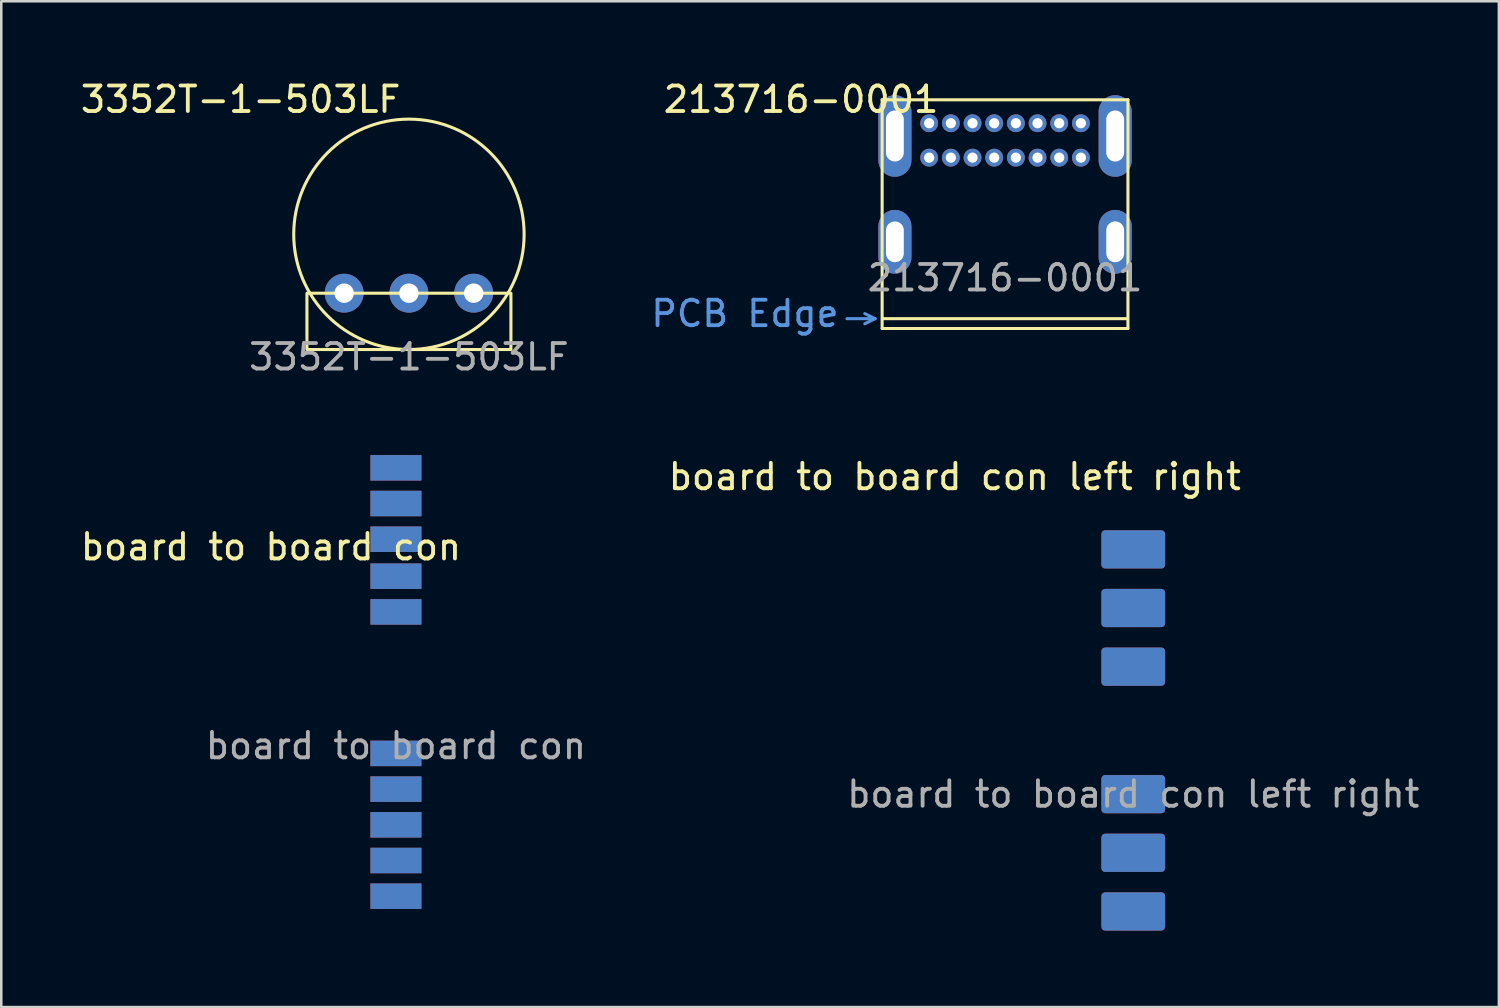
<source format=kicad_pcb>
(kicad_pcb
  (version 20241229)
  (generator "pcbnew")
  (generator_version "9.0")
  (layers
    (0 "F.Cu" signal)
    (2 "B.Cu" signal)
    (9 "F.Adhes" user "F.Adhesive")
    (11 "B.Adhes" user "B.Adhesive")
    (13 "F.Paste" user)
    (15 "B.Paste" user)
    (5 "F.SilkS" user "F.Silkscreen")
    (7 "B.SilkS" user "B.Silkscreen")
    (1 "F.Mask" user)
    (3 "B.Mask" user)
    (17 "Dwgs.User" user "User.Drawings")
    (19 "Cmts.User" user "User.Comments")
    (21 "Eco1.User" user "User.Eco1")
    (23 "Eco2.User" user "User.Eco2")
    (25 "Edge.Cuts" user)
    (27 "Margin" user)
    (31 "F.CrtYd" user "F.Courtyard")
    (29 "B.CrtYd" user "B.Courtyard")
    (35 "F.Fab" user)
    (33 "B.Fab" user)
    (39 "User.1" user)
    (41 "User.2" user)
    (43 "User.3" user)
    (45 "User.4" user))
  (footprint "213716-0001"
    (layer "F.Cu")
    (at 36.365 5.348)
    (property "Reference" "213716-0001" (at -8 -4.5 0) (unlocked yes) (layer "F.SilkS") (effects (font (size 1 1) (thickness 0.15))))
    (attr through_hole)
    (fp_line (start -4.82 -4.485) (end 4.82 -4.485) (stroke (width 0.12) (type solid)) (layer "F.SilkS"))
    (fp_line (start -4.82 4.485) (end -4.82 -4.485) (stroke (width 0.12) (type solid)) (layer "F.SilkS"))
    (fp_line (start -4.8 4.1) (end 4.8 4.1) (stroke (width 0.12) (type solid)) (layer "F.SilkS"))
    (fp_line (start 4.82 -4.485) (end 4.82 4.485) (stroke (width 0.12) (type solid)) (layer "F.SilkS"))
    (fp_line (start 4.82 4.485) (end -4.82 4.485) (stroke (width 0.12) (type solid)) (layer "F.SilkS"))
    (fp_line (start -6.2 4.1) (end -5.1 4.1) (stroke (width 0.12) (type solid)) (layer "Cmts.User"))
    (fp_line (start -5.5 4.3) (end -5.1 4.1) (stroke (width 0.12) (type solid)) (layer "Cmts.User"))
    (fp_line (start -5.1 4.1) (end -5.5 3.9) (stroke (width 0.12) (type solid)) (layer "Cmts.User"))
    (fp_text user "PCB Edge" (at -10.2 3.9 0) (unlocked yes) (layer "Cmts.User") (effects (font (size 1 1) (thickness 0.15))))
    (fp_text user "${REFERENCE}" (at 0 2.5 0) (unlocked yes) (layer "F.Fab") (effects (font (size 1 1) (thickness 0.15))))
    (pad "A1" thru_hole circle (at -2.975 -3.565) (size 0.7 0.7) (drill 0.4) (layers "*.Cu" "*.Mask"))
    (pad "A4" thru_hole circle (at -2.125 -3.565) (size 0.7 0.7) (drill 0.4) (layers "*.Cu" "*.Mask"))
    (pad "A5" thru_hole circle (at -1.275 -3.565) (size 0.7 0.7) (drill 0.4) (layers "*.Cu" "*.Mask"))
    (pad "A6" thru_hole circle (at -0.425 -3.565) (size 0.7 0.7) (drill 0.4) (layers "*.Cu" "*.Mask"))
    (pad "A7" thru_hole circle (at 0.425 -3.565) (size 0.7 0.7) (drill 0.4) (layers "*.Cu" "*.Mask"))
    (pad "A8" thru_hole circle (at 1.275 -3.565) (size 0.7 0.7) (drill 0.4) (layers "*.Cu" "*.Mask"))
    (pad "A9" thru_hole circle (at 2.125 -3.565) (size 0.7 0.7) (drill 0.4) (layers "*.Cu" "*.Mask"))
    (pad "A12" thru_hole circle (at 2.975 -3.565) (size 0.7 0.7) (drill 0.4) (layers "*.Cu" "*.Mask"))
    (pad "B1" thru_hole circle (at 2.975 -2.215) (size 0.7 0.7) (drill 0.4) (layers "*.Cu" "*.Mask"))
    (pad "B4" thru_hole circle (at 2.125 -2.215) (size 0.7 0.7) (drill 0.4) (layers "*.Cu" "*.Mask"))
    (pad "B5" thru_hole circle (at 1.275 -2.215) (size 0.7 0.7) (drill 0.4) (layers "*.Cu" "*.Mask"))
    (pad "B6" thru_hole circle (at 0.425 -2.215) (size 0.7 0.7) (drill 0.4) (layers "*.Cu" "*.Mask"))
    (pad "B7" thru_hole circle (at -0.425 -2.215) (size 0.7 0.7) (drill 0.4) (layers "*.Cu" "*.Mask"))
    (pad "B8" thru_hole circle (at -1.275 -2.215) (size 0.7 0.7) (drill 0.4) (layers "*.Cu" "*.Mask"))
    (pad "B9" thru_hole circle (at -2.125 -2.215) (size 0.7 0.7) (drill 0.4) (layers "*.Cu" "*.Mask"))
    (pad "B12" thru_hole circle (at -2.975 -2.215) (size 0.7 0.7) (drill 0.4) (layers "*.Cu" "*.Mask"))
    (pad "S1" thru_hole oval (at -4.32 -3.065) (size 1.3 3.2) (drill oval 0.7 2) (layers "*.Cu" "*.Mask"))
    (pad "S1" thru_hole oval (at -4.32 1.085) (size 1.3 2.5) (drill oval 0.7 1.6) (layers "*.Cu" "*.Mask"))
    (pad "S1" thru_hole oval (at 4.32 -3.065) (size 1.3 3.2) (drill oval 0.7 2) (layers "*.Cu" "*.Mask"))
    (pad "S1" thru_hole oval (at 4.32 1.085) (size 1.3 2.5) (drill oval 0.7 1.6) (layers "*.Cu" "*.Mask")))
  (footprint "3352T-1-503LF"
    (layer "F.Cu")
    (at 12.987 8.448)
    (property "Reference" "3352T-1-503LF" (at -6.6 -7.6 0) (unlocked yes) (layer "F.SilkS") (effects (font (size 1 1) (thickness 0.15))))
    (attr through_hole)
    (fp_rect (start -4 0) (end 4 2.21) (stroke (width 0.12) (type solid)) (fill no) (layer "F.SilkS"))
    (fp_circle (center 0 -2.308) (end 4 -0.208) (stroke (width 0.12) (type solid)) (fill no) (layer "F.SilkS"))
    (fp_text user "${REFERENCE}" (at 0 2.5 0) (unlocked yes) (layer "F.Fab") (effects (font (size 1 1) (thickness 0.15))))
    (pad "1" thru_hole circle (at -2.54 0) (size 1.524 1.524) (drill 0.762) (layers "*.Cu" "*.Mask"))
    (pad "1" thru_hole circle (at 0 0) (size 1.524 1.524) (drill 0.762) (layers "*.Cu" "*.Mask"))
    (pad "3" thru_hole circle (at 2.54 0) (size 1.524 1.524) (drill 0.762) (layers "*.Cu" "*.Mask")))
  (footprint "board to board con left right"
    (layer "F.Cu")
    (at 41.394 25.595)
    (property "Reference" "board to board con left right" (at -7 -9.95 0) (unlocked yes) (layer "F.SilkS") (effects (font (size 1 1) (thickness 0.15))))
    (attr smd)
    (fp_text user "${REFERENCE}" (at 0 2.5 0) (unlocked yes) (layer "F.Fab") (effects (font (size 1 1) (thickness 0.15))))
    (pad "1" smd roundrect (at 0 -7.1 270) (size 1.5 2.5) (layers "B.Cu" "B.Mask" "B.Paste") (roundrect_rratio 0.1))
    (pad "2" smd roundrect (at 0 -4.8 270) (size 1.5 2.5) (layers "B.Cu" "B.Mask" "B.Paste") (roundrect_rratio 0.1))
    (pad "3" smd roundrect (at 0 -7.1 90) (size 1.5 2.5) (layers "F.Cu" "F.Mask" "F.Paste") (roundrect_rratio 0.1))
    (pad "4" smd roundrect (at 0 -4.8 90) (size 1.5 2.5) (layers "F.Cu" "F.Mask" "F.Paste") (roundrect_rratio 0.1))
    (pad "5" smd roundrect (at 0 -2.5 90) (size 1.5 2.5) (layers "F.Cu" "F.Mask" "F.Paste") (roundrect_rratio 0.1))
    (pad "6" smd roundrect (at 0 2.5 90) (size 1.5 2.5) (layers "F.Cu" "F.Mask" "F.Paste") (roundrect_rratio 0.1))
    (pad "7" smd roundrect (at 0 4.8 90) (size 1.5 2.5) (layers "F.Cu" "F.Mask" "F.Paste") (roundrect_rratio 0.1))
    (pad "8" smd roundrect (at 0 7.1 90) (size 1.5 2.5) (layers "F.Cu" "F.Mask" "F.Paste") (roundrect_rratio 0.1))
    (pad "9" smd roundrect (at 0 -2.5 270) (size 1.5 2.5) (layers "B.Cu" "B.Mask" "B.Paste") (roundrect_rratio 0.1))
    (pad "10" smd roundrect (at 0 2.5 270) (size 1.5 2.5) (layers "B.Cu" "B.Mask" "B.Paste") (roundrect_rratio 0.1))
    (pad "11" smd roundrect (at 0 4.8 270) (size 1.5 2.5) (layers "B.Cu" "B.Mask" "B.Paste") (roundrect_rratio 0.1))
    (pad "12" smd roundrect (at 0 7.1 270) (size 1.5 2.5) (layers "B.Cu" "B.Mask" "B.Paste") (roundrect_rratio 0.1)))
  (footprint "board to board con"
    (layer "F.Cu")
    (at 12.477 23.697)
    (property "Reference" "board to board con" (at -4.9 -5.3 0) (unlocked yes) (layer "F.SilkS") (effects (font (size 1 1) (thickness 0.15))))
    (attr through_hole)
    (fp_text user "${REFERENCE}" (at 0 2.5 0) (unlocked yes) (layer "F.Fab") (effects (font (size 1 1) (thickness 0.15))))
    (pad "1" smd rect (at 0 -8.4) (size 2 1) (layers "F.Cu" "F.Mask" "F.Paste"))
    (pad "1" smd rect (at 0 -8.4) (size 2 1) (layers "B.Cu" "B.Mask" "B.Paste"))
    (pad "2" smd rect (at 0 -7) (size 2 1) (layers "F.Cu" "F.Mask" "F.Paste"))
    (pad "2" smd rect (at 0 -7) (size 2 1) (layers "B.Cu" "B.Mask" "B.Paste"))
    (pad "3" smd rect (at 0 -5.6) (size 2 1) (layers "F.Cu" "F.Mask" "F.Paste"))
    (pad "3" smd rect (at 0 -5.6) (size 2 1) (layers "B.Cu" "B.Mask" "B.Paste"))
    (pad "4" smd rect (at 0 -4.15) (size 2 1) (layers "F.Cu" "F.Mask" "F.Paste"))
    (pad "4" smd rect (at 0 -4.15) (size 2 1) (layers "B.Cu" "B.Mask" "B.Paste"))
    (pad "5" smd rect (at 0 -2.75) (size 2 1) (layers "F.Cu" "F.Mask" "F.Paste"))
    (pad "5" smd rect (at 0 -2.75) (size 2 1) (layers "B.Cu" "B.Mask" "B.Paste"))
    (pad "6" smd rect (at 0 2.8) (size 2 1) (layers "F.Cu" "F.Mask" "F.Paste"))
    (pad "6" smd rect (at 0 2.8) (size 2 1) (layers "B.Cu" "B.Mask" "B.Paste"))
    (pad "7" smd rect (at 0 4.2) (size 2 1) (layers "F.Cu" "F.Mask" "F.Paste"))
    (pad "7" smd rect (at 0 4.2) (size 2 1) (layers "B.Cu" "B.Mask" "B.Paste"))
    (pad "8" smd rect (at 0 5.6) (size 2 1) (layers "F.Cu" "F.Mask" "F.Paste"))
    (pad "8" smd rect (at 0 5.6) (size 2 1) (layers "B.Cu" "B.Mask" "B.Paste"))
    (pad "9" smd rect (at 0 7) (size 2 1) (layers "F.Cu" "F.Mask" "F.Paste"))
    (pad "9" smd rect (at 0 7) (size 2 1) (layers "B.Cu" "B.Mask" "B.Paste"))
    (pad "10" smd rect (at 0 8.4) (size 2 1) (layers "F.Cu" "F.Mask" "F.Paste"))
    (pad "10" smd rect (at 0 8.4) (size 2 1) (layers "B.Cu" "B.Mask" "B.Paste")))
  (gr_rect
    (start -3 -3)
    (end 55.733 36.445)
    (stroke (width 0.1) (type default))
    (fill no)
    (layer "Edge.Cuts")))
</source>
